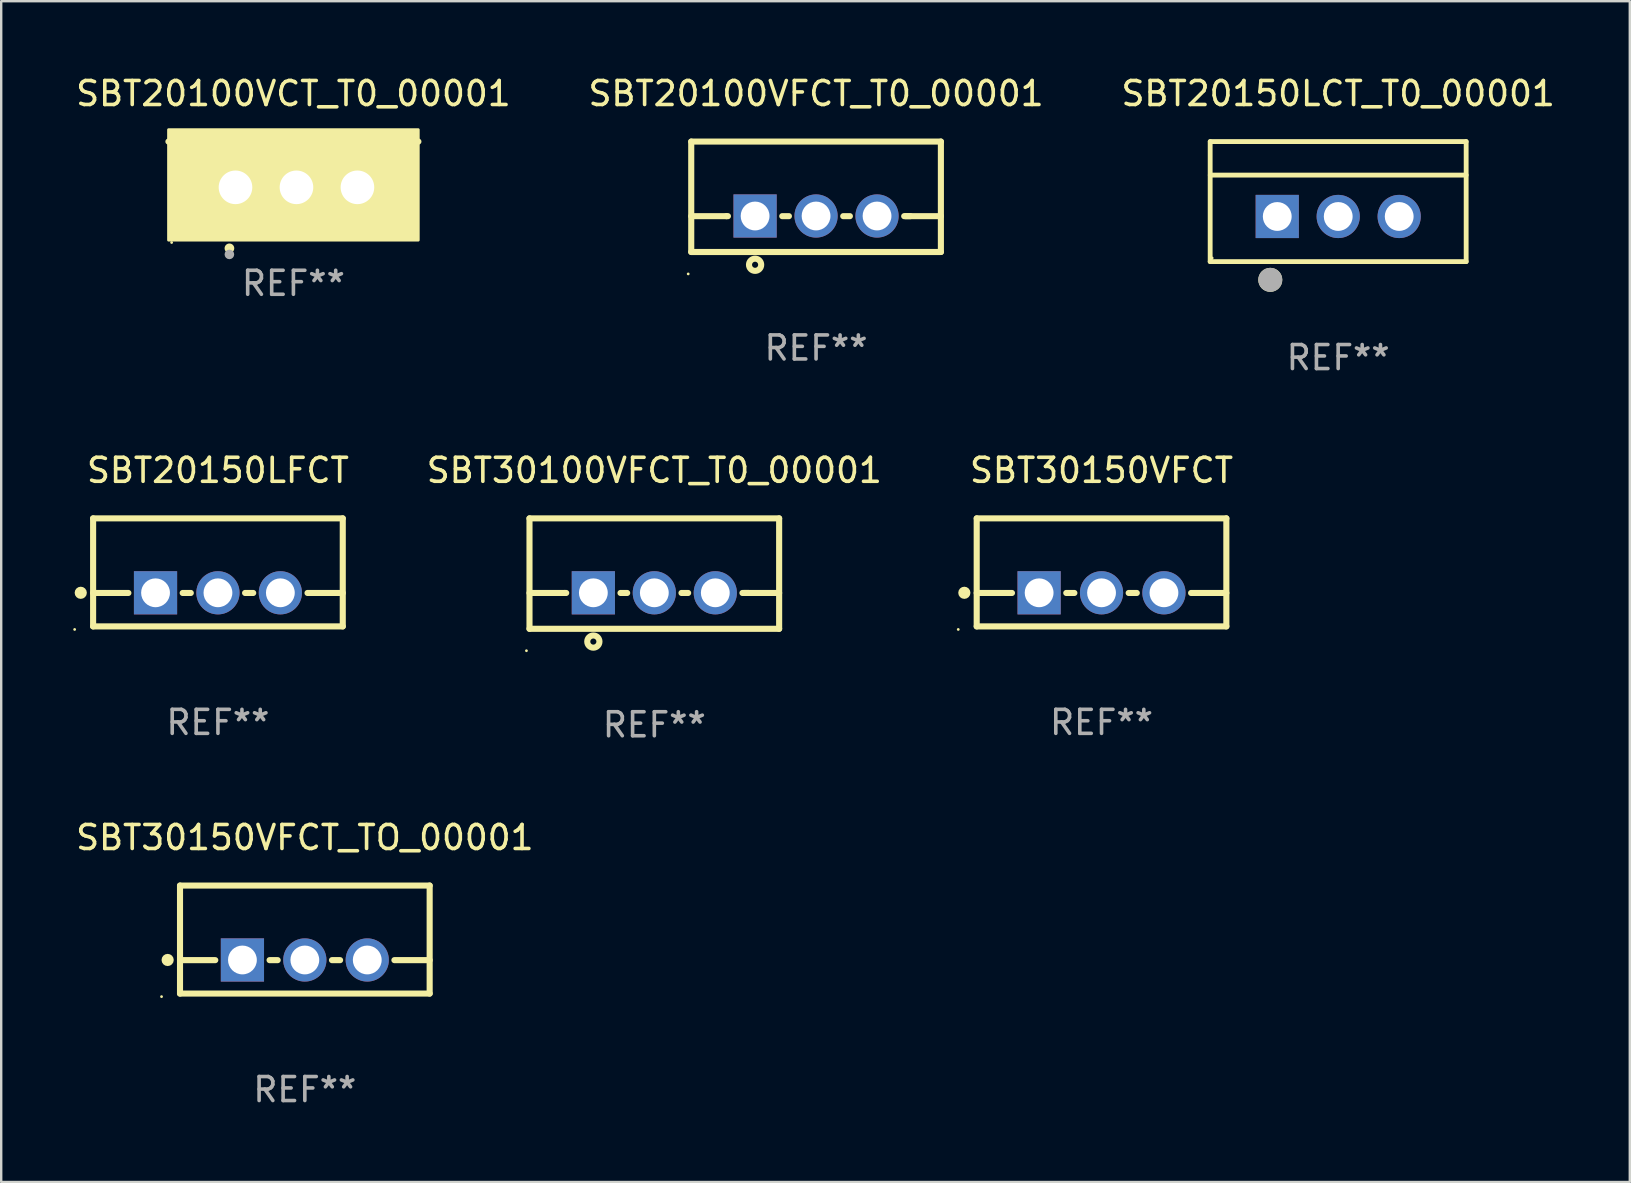
<source format=kicad_pcb>
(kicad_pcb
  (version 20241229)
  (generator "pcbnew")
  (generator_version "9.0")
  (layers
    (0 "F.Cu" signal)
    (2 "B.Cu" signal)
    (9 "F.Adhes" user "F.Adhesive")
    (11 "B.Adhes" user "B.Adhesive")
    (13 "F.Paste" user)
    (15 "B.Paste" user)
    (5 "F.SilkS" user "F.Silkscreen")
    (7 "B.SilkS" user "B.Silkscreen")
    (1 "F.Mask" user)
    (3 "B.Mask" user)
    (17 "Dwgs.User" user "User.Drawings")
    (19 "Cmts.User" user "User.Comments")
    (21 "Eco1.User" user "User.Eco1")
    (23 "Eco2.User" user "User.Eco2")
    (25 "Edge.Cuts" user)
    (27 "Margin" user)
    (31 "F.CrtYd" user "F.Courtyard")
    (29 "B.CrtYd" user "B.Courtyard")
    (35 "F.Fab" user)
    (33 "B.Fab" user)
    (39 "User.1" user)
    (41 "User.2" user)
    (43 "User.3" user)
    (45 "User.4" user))
  (footprint "SBT20150LFCT"
    (layer "F.Cu")
    (at 6.029 20.795)
    (property "Reference" "SBT20150LFCT" (at 0 -4.25 0) (layer "F.SilkS") (effects (font (size 1 1) (thickness 0.15))))
    (attr through_hole)
    (fp_line (start -5.2 -2.25) (end -5.2 2.25) (stroke (width 0.254) (type solid)) (layer "F.SilkS"))
    (fp_line (start -5.2 -2.25) (end 5.2 -2.25) (stroke (width 0.254) (type solid)) (layer "F.SilkS"))
    (fp_line (start -5.2 0.857) (end -3.731 0.857) (stroke (width 0.254) (type solid)) (layer "F.SilkS"))
    (fp_line (start -5.2 2.25) (end 5.2 2.25) (stroke (width 0.254) (type solid)) (layer "F.SilkS"))
    (fp_line (start -1.469 0.857) (end -1.131 0.857) (stroke (width 0.254) (type solid)) (layer "F.SilkS"))
    (fp_line (start 1.131 0.857) (end 1.469 0.857) (stroke (width 0.254) (type solid)) (layer "F.SilkS"))
    (fp_line (start 3.731 0.857) (end 5.2 0.857) (stroke (width 0.254) (type solid)) (layer "F.SilkS"))
    (fp_line (start 5.2 -2.25) (end 5.2 2.25) (stroke (width 0.254) (type solid)) (layer "F.SilkS"))
    (fp_circle (center -5.969 2.377) (end -5.939 2.377) (stroke (width 0.06) (type solid)) (fill no) (layer "F.SilkS"))
    (fp_circle (center -5.715 0.85) (end -5.588 0.85) (stroke (width 0.254) (type solid)) (fill no) (layer "F.SilkS"))
    (fp_text user "REF**" (at 0 6.25 0) (layer "F.Fab") (effects (font (size 1 1) (thickness 0.15))))
    (pad "1" thru_hole rect (at -2.6 0.85) (size 1.8 1.8) (drill 1.2) (layers "*.Cu" "*.Mask"))
    (pad "2" thru_hole circle (at 0 0.85) (size 1.8 1.8) (drill 1.2) (layers "*.Cu" "*.Mask"))
    (pad "3" thru_hole circle (at 2.6 0.85) (size 1.8 1.8) (drill 1.2) (layers "*.Cu" "*.Mask")))
  (footprint "SBT20100VFCT_T0_00001"
    (layer "F.Cu")
    (at 30.946 5.148)
    (property "Reference" "SBT20100VFCT_T0_00001" (at 0 -4.3 0) (layer "F.SilkS") (effects (font (size 1 1) (thickness 0.15))))
    (attr through_hole)
    (fp_line (start -5.2 -2.3) (end -5.2 2.3) (stroke (width 0.254) (type solid)) (layer "F.SilkS"))
    (fp_line (start -5.2 -2.3) (end 5.2 -2.3) (stroke (width 0.254) (type solid)) (layer "F.SilkS"))
    (fp_line (start -5.2 0.807) (end -3.731 0.807) (stroke (width 0.254) (type solid)) (layer "F.SilkS"))
    (fp_line (start -5.2 2.3) (end 5.2 2.3) (stroke (width 0.254) (type solid)) (layer "F.SilkS"))
    (fp_line (start -3.731 0.807) (end -3.671 0.807) (stroke (width 0.254) (type solid)) (layer "F.SilkS"))
    (fp_line (start -1.409 0.807) (end -1.131 0.807) (stroke (width 0.254) (type solid)) (layer "F.SilkS"))
    (fp_line (start 1.131 0.807) (end 1.409 0.807) (stroke (width 0.254) (type solid)) (layer "F.SilkS"))
    (fp_line (start 3.671 0.807) (end 3.926 0.807) (stroke (width 0.254) (type solid)) (layer "F.SilkS"))
    (fp_line (start 3.731 0.807) (end 5.2 0.807) (stroke (width 0.254) (type solid)) (layer "F.SilkS"))
    (fp_line (start 5.2 -2.3) (end 5.2 2.3) (stroke (width 0.254) (type solid)) (layer "F.SilkS"))
    (fp_circle (center -5.327 3.213) (end -5.297 3.213) (stroke (width 0.06) (type solid)) (fill no) (layer "F.SilkS"))
    (fp_circle (center -2.54 2.832) (end -2.286 2.832) (stroke (width 0.254) (type solid)) (fill no) (layer "F.SilkS"))
    (fp_text user "REF**" (at 0 6.3 0) (layer "F.Fab") (effects (font (size 1 1) (thickness 0.15))))
    (pad "1" thru_hole rect (at -2.54 0.8) (size 1.8 1.8) (drill 1.2) (layers "*.Cu" "*.Mask"))
    (pad "2" thru_hole circle (at 0 0.8) (size 1.8 1.8) (drill 1.2) (layers "*.Cu" "*.Mask"))
    (pad "3" thru_hole circle (at 2.54 0.8) (size 1.8 1.8) (drill 1.2) (layers "*.Cu" "*.Mask")))
  (footprint "SBT20150LCT_T0_00001"
    (layer "F.Cu")
    (at 52.696 5.348)
    (property "Reference" "SBT20150LCT_T0_00001" (at 0 -4.5 0) (layer "F.SilkS") (effects (font (size 1 1) (thickness 0.15))))
    (attr through_hole)
    (fp_line (start -5.332 2.5) (end -5.332 -2.5) (stroke (width 0.201) (type solid)) (layer "F.SilkS"))
    (fp_line (start -5.328 -2.5) (end 5.332 -2.5) (stroke (width 0.201) (type solid)) (layer "F.SilkS"))
    (fp_line (start -5.328 -1.104) (end 5.332 -1.104) (stroke (width 0.201) (type solid)) (layer "F.SilkS"))
    (fp_line (start 5.332 -2.5) (end 5.332 2.5) (stroke (width 0.201) (type solid)) (layer "F.SilkS"))
    (fp_line (start 5.332 2.5) (end -5.332 2.5) (stroke (width 0.201) (type solid)) (layer "F.SilkS"))
    (fp_circle (center -5.248 2.35) (end -5.218 2.35) (stroke (width 0.06) (type solid)) (fill no) (layer "F.SilkS"))
    (fp_circle (center -2.828 3.26) (end -2.578 3.26) (stroke (width 0.5) (type solid)) (fill no) (layer "F.SilkS"))
    (fp_circle (center -2.828 3.26) (end -2.578 3.26) (stroke (width 0.5) (type solid)) (fill no) (layer "F.Fab"))
    (fp_text user "REF**" (at 0 6.5 0) (layer "F.Fab") (effects (font (size 1 1) (thickness 0.15))))
    (pad "1" thru_hole rect (at -2.538 0.62) (size 1.8 1.8) (drill 1.2) (layers "*.Cu" "*.Mask"))
    (pad "2" thru_hole circle (at 0.002 0.62) (size 1.8 1.8) (drill 1.2) (layers "*.Cu" "*.Mask"))
    (pad "3" thru_hole circle (at 2.542 0.62) (size 1.8 1.8) (drill 1.2) (layers "*.Cu" "*.Mask")))
  (footprint "SBT30150VFCT_TO_00001"
    (layer "F.Cu")
    (at 9.649 36.091)
    (property "Reference" "SBT30150VFCT_TO_00001" (at 0 -4.25 0) (layer "F.SilkS") (effects (font (size 1 1) (thickness 0.15))))
    (attr through_hole)
    (fp_line (start -5.2 -2.25) (end -5.2 2.25) (stroke (width 0.254) (type solid)) (layer "F.SilkS"))
    (fp_line (start -5.2 -2.25) (end 5.2 -2.25) (stroke (width 0.254) (type solid)) (layer "F.SilkS"))
    (fp_line (start -5.2 0.857) (end -3.731 0.857) (stroke (width 0.254) (type solid)) (layer "F.SilkS"))
    (fp_line (start -5.2 2.25) (end 5.2 2.25) (stroke (width 0.254) (type solid)) (layer "F.SilkS"))
    (fp_line (start -1.469 0.857) (end -1.131 0.857) (stroke (width 0.254) (type solid)) (layer "F.SilkS"))
    (fp_line (start 1.131 0.857) (end 1.469 0.857) (stroke (width 0.254) (type solid)) (layer "F.SilkS"))
    (fp_line (start 3.731 0.857) (end 5.2 0.857) (stroke (width 0.254) (type solid)) (layer "F.SilkS"))
    (fp_line (start 5.2 -2.25) (end 5.2 2.25) (stroke (width 0.254) (type solid)) (layer "F.SilkS"))
    (fp_circle (center -5.969 2.377) (end -5.939 2.377) (stroke (width 0.06) (type solid)) (fill no) (layer "F.SilkS"))
    (fp_circle (center -5.715 0.85) (end -5.588 0.85) (stroke (width 0.254) (type solid)) (fill no) (layer "F.SilkS"))
    (fp_text user "REF**" (at 0 6.25 0) (layer "F.Fab") (effects (font (size 1 1) (thickness 0.15))))
    (pad "1" thru_hole rect (at -2.6 0.85) (size 1.8 1.8) (drill 1.2) (layers "*.Cu" "*.Mask"))
    (pad "2" thru_hole circle (at 0 0.85) (size 1.8 1.8) (drill 1.2) (layers "*.Cu" "*.Mask"))
    (pad "3" thru_hole circle (at 2.6 0.85) (size 1.8 1.8) (drill 1.2) (layers "*.Cu" "*.Mask")))
  (footprint "SBT30100VFCT_T0_00001"
    (layer "F.Cu")
    (at 24.208 20.845)
    (property "Reference" "SBT30100VFCT_T0_00001" (at 0 -4.3 0) (layer "F.SilkS") (effects (font (size 1 1) (thickness 0.15))))
    (attr through_hole)
    (fp_line (start -5.2 -2.3) (end -5.2 2.3) (stroke (width 0.254) (type solid)) (layer "F.SilkS"))
    (fp_line (start -5.2 -2.3) (end 5.2 -2.3) (stroke (width 0.254) (type solid)) (layer "F.SilkS"))
    (fp_line (start -5.2 0.807) (end -3.731 0.807) (stroke (width 0.254) (type solid)) (layer "F.SilkS"))
    (fp_line (start -5.2 2.3) (end 5.2 2.3) (stroke (width 0.254) (type solid)) (layer "F.SilkS"))
    (fp_line (start -3.731 0.807) (end -3.671 0.807) (stroke (width 0.254) (type solid)) (layer "F.SilkS"))
    (fp_line (start -1.409 0.807) (end -1.131 0.807) (stroke (width 0.254) (type solid)) (layer "F.SilkS"))
    (fp_line (start 1.131 0.807) (end 1.409 0.807) (stroke (width 0.254) (type solid)) (layer "F.SilkS"))
    (fp_line (start 3.671 0.807) (end 3.926 0.807) (stroke (width 0.254) (type solid)) (layer "F.SilkS"))
    (fp_line (start 3.731 0.807) (end 5.2 0.807) (stroke (width 0.254) (type solid)) (layer "F.SilkS"))
    (fp_line (start 5.2 -2.3) (end 5.2 2.3) (stroke (width 0.254) (type solid)) (layer "F.SilkS"))
    (fp_circle (center -5.327 3.213) (end -5.297 3.213) (stroke (width 0.06) (type solid)) (fill no) (layer "F.SilkS"))
    (fp_circle (center -2.54 2.832) (end -2.286 2.832) (stroke (width 0.254) (type solid)) (fill no) (layer "F.SilkS"))
    (fp_text user "REF**" (at 0 6.3 0) (layer "F.Fab") (effects (font (size 1 1) (thickness 0.15))))
    (pad "1" thru_hole rect (at -2.54 0.8) (size 1.8 1.8) (drill 1.2) (layers "*.Cu" "*.Mask"))
    (pad "2" thru_hole circle (at 0 0.8) (size 1.8 1.8) (drill 1.2) (layers "*.Cu" "*.Mask"))
    (pad "3" thru_hole circle (at 2.54 0.8) (size 1.8 1.8) (drill 1.2) (layers "*.Cu" "*.Mask")))
  (footprint "SBT20100VCT_T0_00001"
    (layer "F.Cu")
    (at 9.173 3.801)
    (property "Reference" "SBT20100VCT_T0_00001" (at 0 -2.953 0) (layer "F.SilkS") (effects (font (size 1 1) (thickness 0.15))))
    (attr through_hole)
    (fp_line (start 5.207 -0.953) (end -5.207 -0.953) (stroke (width 0.254) (type solid)) (layer "F.SilkS"))
    (fp_arc (start -2.66698 3.49252) (mid -2.66571 3.492516) (end -2.66444 3.49252) (stroke (width 0.4) (type solid)) (layer "F.SilkS"))
    (fp_circle (center -5.073 3.252) (end -5.043 3.252) (stroke (width 0.06) (type solid)) (fill no) (layer "F.SilkS"))
    (fp_poly (pts (xy -5.2 -1.448) (xy 5.2 -1.448) (xy 5.2 3.152) (xy -5.2 3.152)) (stroke (width 0.12) (type solid)) (fill yes) (layer "F.SilkS"))
    (fp_circle (center -2.667 3.747) (end -2.567 3.747) (stroke (width 0.2) (type solid)) (fill no) (layer "F.Fab"))
    (fp_text user "REF**" (at 0 4.953 0) (layer "F.Fab") (effects (font (size 1 1) (thickness 0.15))))
    (pad "1" thru_hole rect (at -2.413 0.953) (size 2 2.5) (drill 1.4) (layers "*.Cu" "*.Mask"))
    (pad "2" thru_hole oval (at 0.127 0.953) (size 2 2.5) (drill 1.4) (layers "*.Cu" "*.Mask"))
    (pad "3" thru_hole oval (at 2.667 0.953) (size 2 2.5) (drill 1.4) (layers "*.Cu" "*.Mask")))
  (footprint "SBT30150VFCT"
    (layer "F.Cu")
    (at 42.838 20.795)
    (property "Reference" "SBT30150VFCT" (at 0 -4.25 0) (layer "F.SilkS") (effects (font (size 1 1) (thickness 0.15))))
    (attr through_hole)
    (fp_line (start -5.2 -2.25) (end -5.2 2.25) (stroke (width 0.254) (type solid)) (layer "F.SilkS"))
    (fp_line (start -5.2 -2.25) (end 5.2 -2.25) (stroke (width 0.254) (type solid)) (layer "F.SilkS"))
    (fp_line (start -5.2 0.857) (end -3.731 0.857) (stroke (width 0.254) (type solid)) (layer "F.SilkS"))
    (fp_line (start -5.2 2.25) (end 5.2 2.25) (stroke (width 0.254) (type solid)) (layer "F.SilkS"))
    (fp_line (start -1.469 0.857) (end -1.131 0.857) (stroke (width 0.254) (type solid)) (layer "F.SilkS"))
    (fp_line (start 1.131 0.857) (end 1.469 0.857) (stroke (width 0.254) (type solid)) (layer "F.SilkS"))
    (fp_line (start 3.731 0.857) (end 5.2 0.857) (stroke (width 0.254) (type solid)) (layer "F.SilkS"))
    (fp_line (start 5.2 -2.25) (end 5.2 2.25) (stroke (width 0.254) (type solid)) (layer "F.SilkS"))
    (fp_circle (center -5.969 2.377) (end -5.939 2.377) (stroke (width 0.06) (type solid)) (fill no) (layer "F.SilkS"))
    (fp_circle (center -5.715 0.85) (end -5.588 0.85) (stroke (width 0.254) (type solid)) (fill no) (layer "F.SilkS"))
    (fp_text user "REF**" (at 0 6.25 0) (layer "F.Fab") (effects (font (size 1 1) (thickness 0.15))))
    (pad "1" thru_hole rect (at -2.6 0.85) (size 1.8 1.8) (drill 1.2) (layers "*.Cu" "*.Mask"))
    (pad "2" thru_hole circle (at 0 0.85) (size 1.8 1.8) (drill 1.2) (layers "*.Cu" "*.Mask"))
    (pad "3" thru_hole circle (at 2.6 0.85) (size 1.8 1.8) (drill 1.2) (layers "*.Cu" "*.Mask")))
  (gr_rect
    (start -3 -3)
    (end 64.845 46.19)
    (stroke (width 0.1) (type default))
    (fill no)
    (layer "Edge.Cuts")))
</source>
